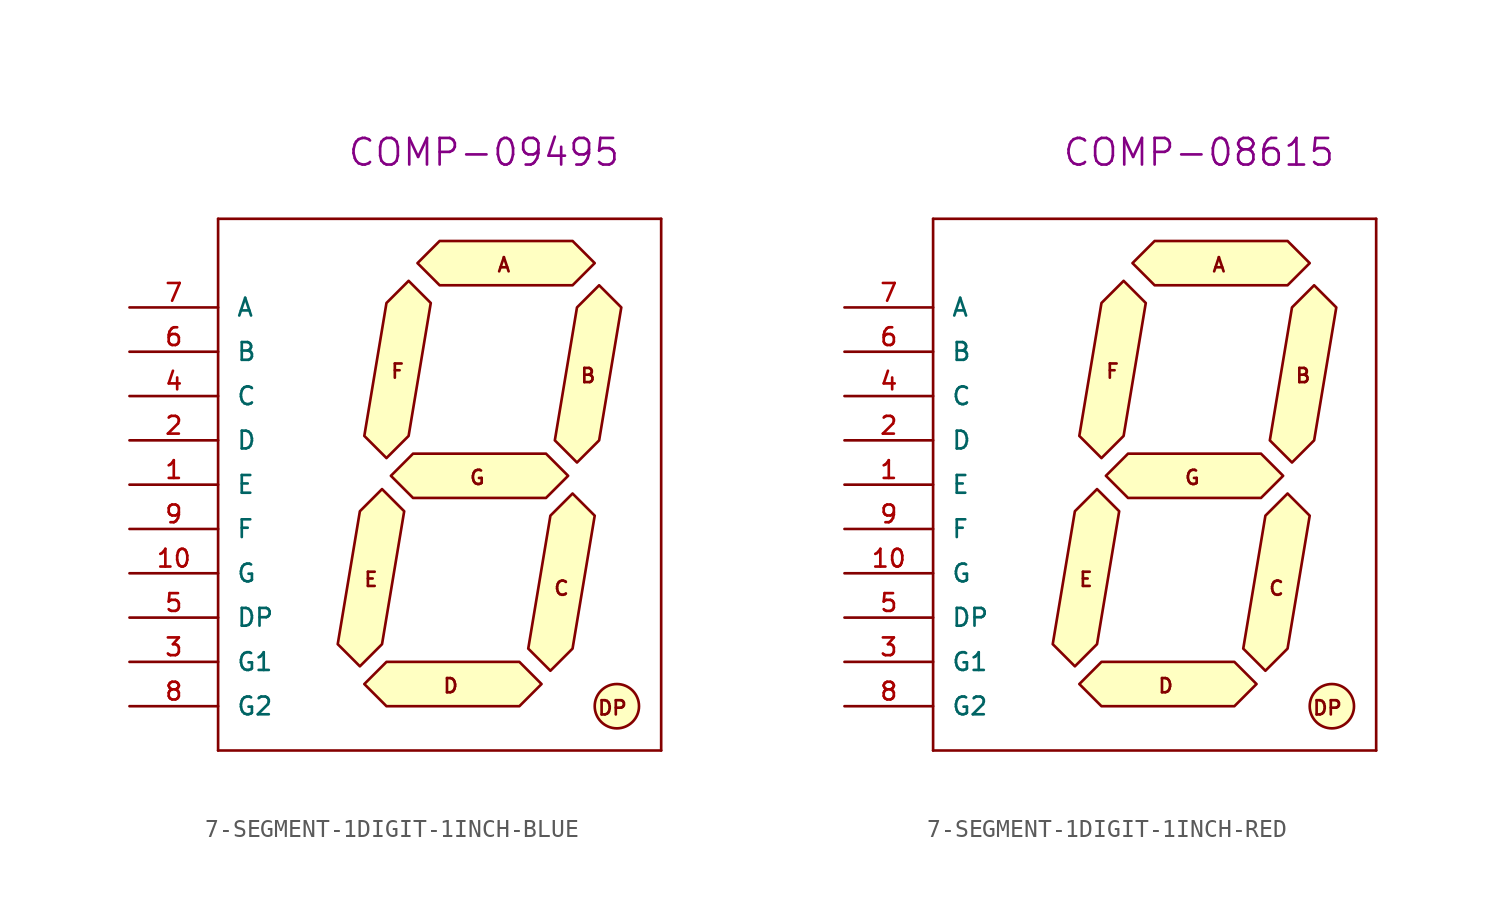
<source format=kicad_sym>
(kicad_symbol_lib
  (version 20220914)
  (generator kicad_symbol_editor)
  (symbol "7-SEGMENT-1DIGIT-1INCH-BLUE"
    (pin_names
      (offset 1.016))
    (property "Reference" "M"
      (at 0 16.51 0)
      (effects (font (size 1.143 1.143)) hide))
    (property "Field4" "COMP-09495"
      (at 0 19.05 0)
      (effects (font (size 1.524 1.524))))
    (property "ki_locked" ""
      (at 0 0 0)
      (effects (font (size 1.27 1.27))))
    (symbol "7-SEGMENT-1DIGIT-1INCH-BLUE_1_0"
      (polyline (pts (xy -15.24 -15.24) (xy -15.24 15.24)) (stroke (width 0) (type solid)) (fill (type none)))
      (polyline (pts (xy -15.24 -15.24) (xy 10.16 -15.24)) (stroke (width 0) (type solid)) (fill (type none)))
      (polyline (pts (xy -15.24 15.24) (xy 10.16 15.24)) (stroke (width 0) (type solid)) (fill (type none)))
      (polyline (pts (xy 10.16 15.24) (xy 10.16 -15.24)) (stroke (width 0) (type solid)) (fill (type none)))
      (text "A" (at 1.143 12.598 0) (effects (font (size 0.813 0.813))))
      (text "B" (at 5.969 6.248 0) (effects (font (size 0.813 0.813))))
      (text "C" (at 4.445 -5.944 0) (effects (font (size 0.813 0.813))))
      (text "D" (at -1.905 -11.532 0) (effects (font (size 0.813 0.813))))
      (text "DP" (at 7.366 -12.802 0) (effects (font (size 0.813 0.813))))
      (text "E" (at -6.477 -5.436 0) (effects (font (size 0.813 0.813))))
      (text "F" (at -4.953 6.502 0) (effects (font (size 0.813 0.813))))
      (text "G" (at -0.381 0.406 0) (effects (font (size 0.813 0.813)))))
    (symbol "7-SEGMENT-1DIGIT-1INCH-BLUE_1_1"
      (polyline (pts (xy -7.112 -1.524) (xy -8.382 -9.144) (xy -7.112 -10.414) (xy -5.842 -9.144) (xy -4.572 -1.524) (xy -5.842 -0.254) (xy -7.112 -1.524)) (stroke (width 0) (type solid)) (fill (type background)))
      (polyline (pts (xy -6.858 -11.43) (xy -5.588 -10.16) (xy 2.032 -10.16) (xy 3.302 -11.43) (xy 2.032 -12.7) (xy -5.588 -12.7) (xy -6.858 -11.43)) (stroke (width 0) (type solid)) (fill (type background)))
      (polyline (pts (xy -5.588 10.414) (xy -6.858 2.794) (xy -5.588 1.524) (xy -4.318 2.794) (xy -3.048 10.414) (xy -4.318 11.684) (xy -5.588 10.414)) (stroke (width 0) (type solid)) (fill (type background)))
      (polyline (pts (xy -5.334 0.508) (xy -4.064 1.778) (xy 3.556 1.778) (xy 4.826 0.508) (xy 3.556 -0.762) (xy -4.064 -0.762) (xy -5.334 0.508)) (stroke (width 0) (type solid)) (fill (type background)))
      (polyline (pts (xy -3.81 12.7) (xy -2.54 13.97) (xy 5.08 13.97) (xy 6.35 12.7) (xy 5.08 11.43) (xy -2.54 11.43) (xy -3.81 12.7)) (stroke (width 0) (type solid)) (fill (type background)))
      (polyline (pts (xy 3.81 -1.778) (xy 2.54 -9.398) (xy 3.81 -10.668) (xy 5.08 -9.398) (xy 6.35 -1.778) (xy 5.08 -0.508) (xy 3.81 -1.778)) (stroke (width 0) (type solid)) (fill (type background)))
      (polyline (pts (xy 5.334 10.16) (xy 4.064 2.54) (xy 5.334 1.27) (xy 6.604 2.54) (xy 7.874 10.16) (xy 6.604 11.43) (xy 5.334 10.16)) (stroke (width 0) (type solid)) (fill (type background)))
      (circle (center 7.62 -12.7) (radius 1.27) (stroke (width 0) (type solid)) (fill (type background)))
      (pin bidirectional line (at -20.32 0 0) (length 5.08) (name "E" (effects (font (size 1.016 1.016)))) (number "1" (effects (font (size 1.016 1.016)))))
      (pin bidirectional line (at -20.32 -5.08 0) (length 5.08) (name "G" (effects (font (size 1.016 1.016)))) (number "10" (effects (font (size 1.016 1.016)))))
      (pin bidirectional line (at -20.32 2.54 0) (length 5.08) (name "D" (effects (font (size 1.016 1.016)))) (number "2" (effects (font (size 1.016 1.016)))))
      (pin bidirectional line (at -20.32 -10.16 0) (length 5.08) (name "G1" (effects (font (size 1.016 1.016)))) (number "3" (effects (font (size 1.016 1.016)))))
      (pin bidirectional line (at -20.32 5.08 0) (length 5.08) (name "C" (effects (font (size 1.016 1.016)))) (number "4" (effects (font (size 1.016 1.016)))))
      (pin bidirectional line (at -20.32 -7.62 0) (length 5.08) (name "DP" (effects (font (size 1.016 1.016)))) (number "5" (effects (font (size 1.016 1.016)))))
      (pin bidirectional line (at -20.32 7.62 0) (length 5.08) (name "B" (effects (font (size 1.016 1.016)))) (number "6" (effects (font (size 1.016 1.016)))))
      (pin bidirectional line (at -20.32 10.16 0) (length 5.08) (name "A" (effects (font (size 1.016 1.016)))) (number "7" (effects (font (size 1.016 1.016)))))
      (pin bidirectional line (at -20.32 -12.7 0) (length 5.08) (name "G2" (effects (font (size 1.016 1.016)))) (number "8" (effects (font (size 1.016 1.016)))))
      (pin bidirectional line (at -20.32 -2.54 0) (length 5.08) (name "F" (effects (font (size 1.016 1.016)))) (number "9" (effects (font (size 1.016 1.016)))))))
  (symbol "7-SEGMENT-1DIGIT-1INCH-RED"
    (pin_names
      (offset 1.016))
    (property "Reference" "M"
      (at 0 16.51 0)
      (effects (font (size 1.143 1.143)) hide))
    (property "Field4" "COMP-08615"
      (at 0 19.05 0)
      (effects (font (size 1.524 1.524))))
    (property "ki_locked" ""
      (at 0 0 0)
      (effects (font (size 1.27 1.27))))
    (symbol "7-SEGMENT-1DIGIT-1INCH-RED_1_0"
      (polyline (pts (xy -15.24 -15.24) (xy -15.24 15.24)) (stroke (width 0) (type solid)) (fill (type none)))
      (polyline (pts (xy -15.24 -15.24) (xy 10.16 -15.24)) (stroke (width 0) (type solid)) (fill (type none)))
      (polyline (pts (xy -15.24 15.24) (xy 10.16 15.24)) (stroke (width 0) (type solid)) (fill (type none)))
      (polyline (pts (xy 10.16 15.24) (xy 10.16 -15.24)) (stroke (width 0) (type solid)) (fill (type none)))
      (text "A" (at 1.143 12.598 0) (effects (font (size 0.813 0.813))))
      (text "B" (at 5.969 6.248 0) (effects (font (size 0.813 0.813))))
      (text "C" (at 4.445 -5.944 0) (effects (font (size 0.813 0.813))))
      (text "D" (at -1.905 -11.532 0) (effects (font (size 0.813 0.813))))
      (text "DP" (at 7.366 -12.802 0) (effects (font (size 0.813 0.813))))
      (text "E" (at -6.477 -5.436 0) (effects (font (size 0.813 0.813))))
      (text "F" (at -4.953 6.502 0) (effects (font (size 0.813 0.813))))
      (text "G" (at -0.381 0.406 0) (effects (font (size 0.813 0.813)))))
    (symbol "7-SEGMENT-1DIGIT-1INCH-RED_1_1"
      (polyline (pts (xy -7.112 -1.524) (xy -8.382 -9.144) (xy -7.112 -10.414) (xy -5.842 -9.144) (xy -4.572 -1.524) (xy -5.842 -0.254) (xy -7.112 -1.524)) (stroke (width 0) (type solid)) (fill (type background)))
      (polyline (pts (xy -6.858 -11.43) (xy -5.588 -10.16) (xy 2.032 -10.16) (xy 3.302 -11.43) (xy 2.032 -12.7) (xy -5.588 -12.7) (xy -6.858 -11.43)) (stroke (width 0) (type solid)) (fill (type background)))
      (polyline (pts (xy -5.588 10.414) (xy -6.858 2.794) (xy -5.588 1.524) (xy -4.318 2.794) (xy -3.048 10.414) (xy -4.318 11.684) (xy -5.588 10.414)) (stroke (width 0) (type solid)) (fill (type background)))
      (polyline (pts (xy -5.334 0.508) (xy -4.064 1.778) (xy 3.556 1.778) (xy 4.826 0.508) (xy 3.556 -0.762) (xy -4.064 -0.762) (xy -5.334 0.508)) (stroke (width 0) (type solid)) (fill (type background)))
      (polyline (pts (xy -3.81 12.7) (xy -2.54 13.97) (xy 5.08 13.97) (xy 6.35 12.7) (xy 5.08 11.43) (xy -2.54 11.43) (xy -3.81 12.7)) (stroke (width 0) (type solid)) (fill (type background)))
      (polyline (pts (xy 3.81 -1.778) (xy 2.54 -9.398) (xy 3.81 -10.668) (xy 5.08 -9.398) (xy 6.35 -1.778) (xy 5.08 -0.508) (xy 3.81 -1.778)) (stroke (width 0) (type solid)) (fill (type background)))
      (polyline (pts (xy 5.334 10.16) (xy 4.064 2.54) (xy 5.334 1.27) (xy 6.604 2.54) (xy 7.874 10.16) (xy 6.604 11.43) (xy 5.334 10.16)) (stroke (width 0) (type solid)) (fill (type background)))
      (circle (center 7.62 -12.7) (radius 1.27) (stroke (width 0) (type solid)) (fill (type background)))
      (pin bidirectional line (at -20.32 0 0) (length 5.08) (name "E" (effects (font (size 1.016 1.016)))) (number "1" (effects (font (size 1.016 1.016)))))
      (pin bidirectional line (at -20.32 -5.08 0) (length 5.08) (name "G" (effects (font (size 1.016 1.016)))) (number "10" (effects (font (size 1.016 1.016)))))
      (pin bidirectional line (at -20.32 2.54 0) (length 5.08) (name "D" (effects (font (size 1.016 1.016)))) (number "2" (effects (font (size 1.016 1.016)))))
      (pin bidirectional line (at -20.32 -10.16 0) (length 5.08) (name "G1" (effects (font (size 1.016 1.016)))) (number "3" (effects (font (size 1.016 1.016)))))
      (pin bidirectional line (at -20.32 5.08 0) (length 5.08) (name "C" (effects (font (size 1.016 1.016)))) (number "4" (effects (font (size 1.016 1.016)))))
      (pin bidirectional line (at -20.32 -7.62 0) (length 5.08) (name "DP" (effects (font (size 1.016 1.016)))) (number "5" (effects (font (size 1.016 1.016)))))
      (pin bidirectional line (at -20.32 7.62 0) (length 5.08) (name "B" (effects (font (size 1.016 1.016)))) (number "6" (effects (font (size 1.016 1.016)))))
      (pin bidirectional line (at -20.32 10.16 0) (length 5.08) (name "A" (effects (font (size 1.016 1.016)))) (number "7" (effects (font (size 1.016 1.016)))))
      (pin bidirectional line (at -20.32 -12.7 0) (length 5.08) (name "G2" (effects (font (size 1.016 1.016)))) (number "8" (effects (font (size 1.016 1.016)))))
      (pin bidirectional line (at -20.32 -2.54 0) (length 5.08) (name "F" (effects (font (size 1.016 1.016)))) (number "9" (effects (font (size 1.016 1.016))))))))
</source>
